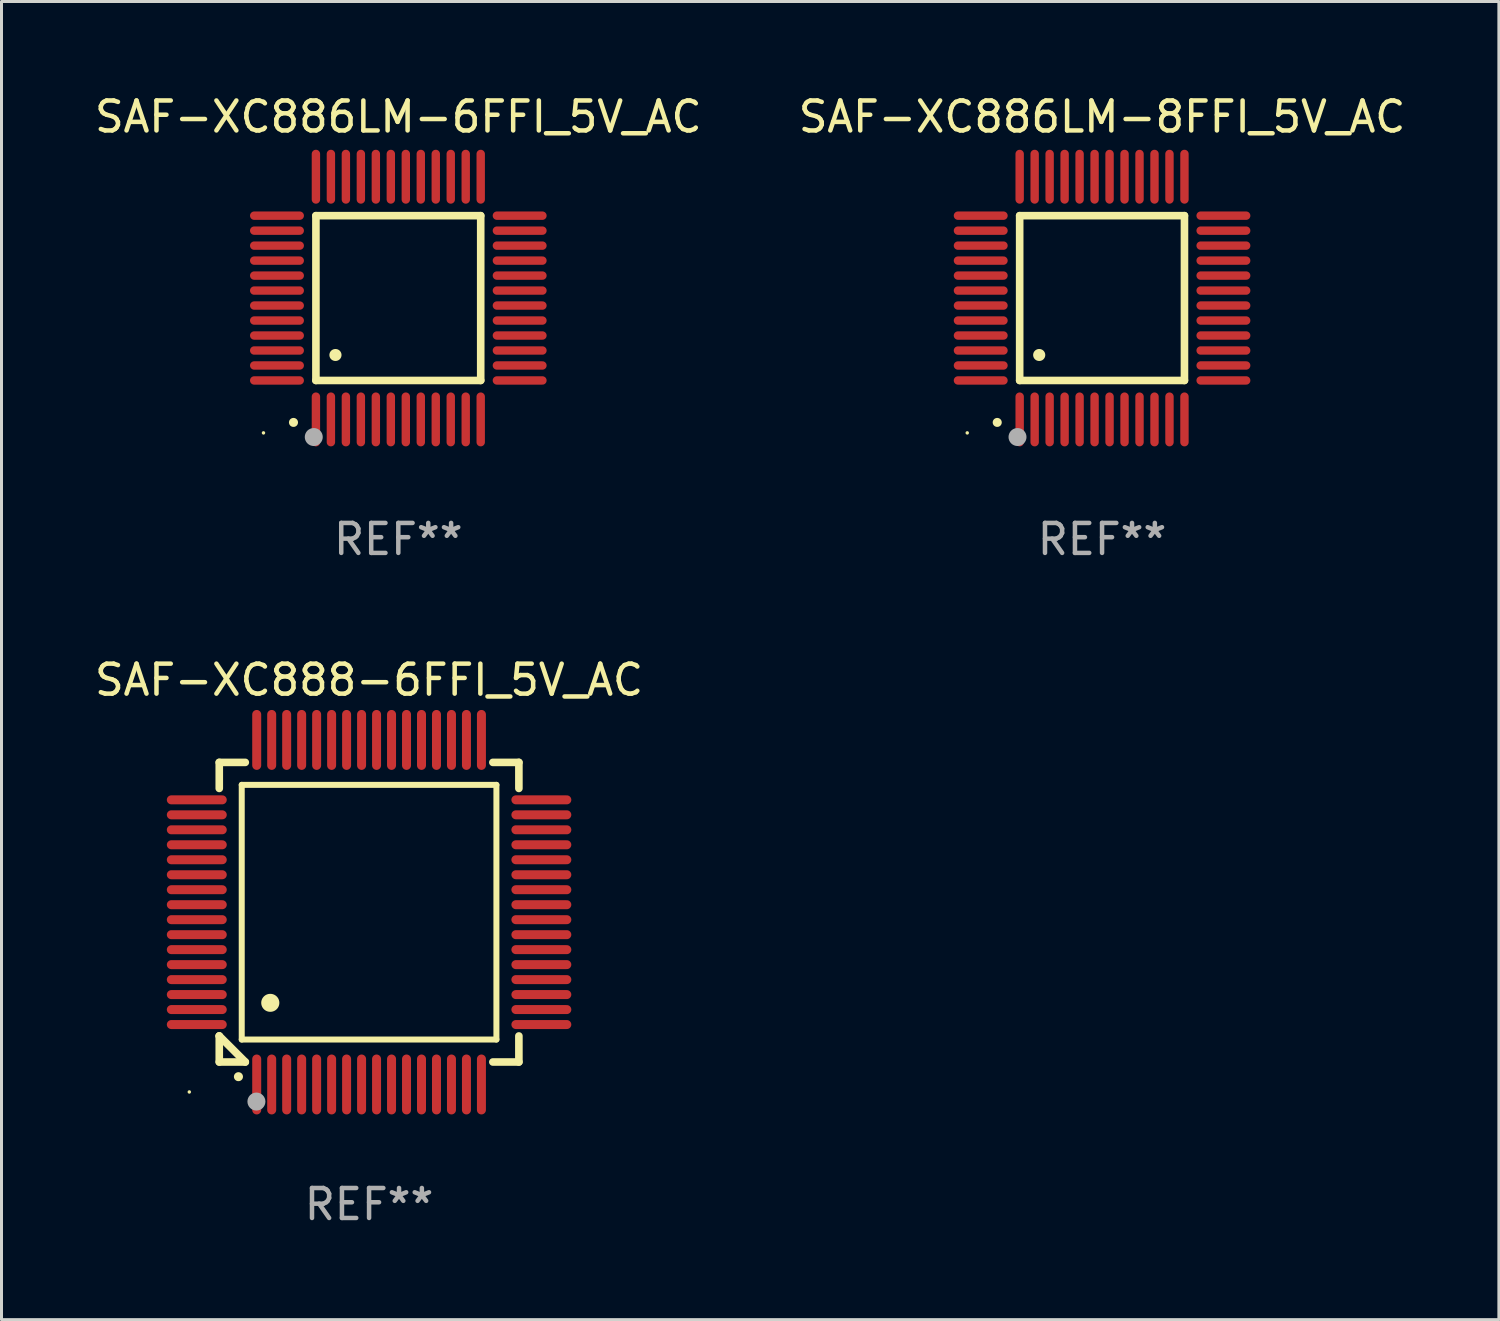
<source format=kicad_pcb>
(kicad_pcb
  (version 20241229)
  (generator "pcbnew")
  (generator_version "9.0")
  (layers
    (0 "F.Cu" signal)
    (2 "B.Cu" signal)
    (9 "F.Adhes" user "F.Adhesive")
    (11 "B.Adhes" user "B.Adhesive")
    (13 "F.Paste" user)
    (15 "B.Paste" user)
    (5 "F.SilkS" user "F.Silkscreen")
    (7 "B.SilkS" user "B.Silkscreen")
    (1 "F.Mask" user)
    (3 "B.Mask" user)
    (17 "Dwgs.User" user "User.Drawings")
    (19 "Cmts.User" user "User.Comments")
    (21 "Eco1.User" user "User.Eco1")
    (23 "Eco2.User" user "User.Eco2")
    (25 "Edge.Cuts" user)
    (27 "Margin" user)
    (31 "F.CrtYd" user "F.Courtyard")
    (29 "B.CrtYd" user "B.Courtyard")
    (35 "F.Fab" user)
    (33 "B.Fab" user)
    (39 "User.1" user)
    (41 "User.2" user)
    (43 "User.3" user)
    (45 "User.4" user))
  (footprint "SAF-XC886LM-6FFI_5V_AC"
    (layer "F.Cu")
    (at 10.244 6.898)
    (property "Reference" "SAF-XC886LM-6FFI_5V_AC" (at 0 -6.05 0) (layer "F.SilkS") (effects (font (size 1 1) (thickness 0.15))))
    (attr through_hole)
    (fp_line (start -2.75 -2.75) (end 2.75 -2.75) (stroke (width 0.254) (type solid)) (layer "F.SilkS"))
    (fp_line (start -2.75 2.75) (end -2.75 -2.75) (stroke (width 0.254) (type solid)) (layer "F.SilkS"))
    (fp_line (start 2.75 -2.75) (end 2.75 2.75) (stroke (width 0.254) (type solid)) (layer "F.SilkS"))
    (fp_line (start 2.75 2.75) (end -2.75 2.75) (stroke (width 0.254) (type solid)) (layer "F.SilkS"))
    (fp_arc (start -3.500127 4.150368) (mid -3.498857 4.150363) (end -3.497587 4.150368) (stroke (width 0.3) (type solid)) (layer "F.SilkS"))
    (fp_arc (start -2.100584 1.899924) (mid -2.098044 1.899908) (end -2.095504 1.899924) (stroke (width 0.4) (type solid)) (layer "F.SilkS"))
    (fp_circle (center -4.5 4.5) (end -4.47 4.5) (stroke (width 0.06) (type solid)) (fill no) (layer "F.SilkS"))
    (fp_circle (center -2.822 4.638) (end -2.672 4.638) (stroke (width 0.3) (type solid)) (fill no) (layer "F.Fab"))
    (fp_text user "REF**" (at 0 8.05 0) (layer "F.Fab") (effects (font (size 1 1) (thickness 0.15))))
    (pad "1" smd oval (at -2.75 4.05) (size 0.28 1.8) (layers "F.Cu" "F.Mask" "F.Paste"))
    (pad "2" smd oval (at -2.25 4.05) (size 0.28 1.8) (layers "F.Cu" "F.Mask" "F.Paste"))
    (pad "3" smd oval (at -1.75 4.05) (size 0.28 1.8) (layers "F.Cu" "F.Mask" "F.Paste"))
    (pad "4" smd oval (at -1.25 4.05) (size 0.28 1.8) (layers "F.Cu" "F.Mask" "F.Paste"))
    (pad "5" smd oval (at -0.75 4.05) (size 0.28 1.8) (layers "F.Cu" "F.Mask" "F.Paste"))
    (pad "6" smd oval (at -0.25 4.05) (size 0.28 1.8) (layers "F.Cu" "F.Mask" "F.Paste"))
    (pad "7" smd oval (at 0.25 4.05) (size 0.28 1.8) (layers "F.Cu" "F.Mask" "F.Paste"))
    (pad "8" smd oval (at 0.75 4.05) (size 0.28 1.8) (layers "F.Cu" "F.Mask" "F.Paste"))
    (pad "9" smd oval (at 1.25 4.05) (size 0.28 1.8) (layers "F.Cu" "F.Mask" "F.Paste"))
    (pad "10" smd oval (at 1.75 4.05) (size 0.28 1.8) (layers "F.Cu" "F.Mask" "F.Paste"))
    (pad "11" smd oval (at 2.25 4.05) (size 0.28 1.8) (layers "F.Cu" "F.Mask" "F.Paste"))
    (pad "12" smd oval (at 2.75 4.05) (size 0.28 1.8) (layers "F.Cu" "F.Mask" "F.Paste"))
    (pad "13" smd oval (at 4.05 2.75) (size 1.8 0.28) (layers "F.Cu" "F.Mask" "F.Paste"))
    (pad "14" smd oval (at 4.05 2.25) (size 1.8 0.28) (layers "F.Cu" "F.Mask" "F.Paste"))
    (pad "15" smd oval (at 4.05 1.75) (size 1.8 0.28) (layers "F.Cu" "F.Mask" "F.Paste"))
    (pad "16" smd oval (at 4.05 1.25) (size 1.8 0.28) (layers "F.Cu" "F.Mask" "F.Paste"))
    (pad "17" smd oval (at 4.05 0.75) (size 1.8 0.28) (layers "F.Cu" "F.Mask" "F.Paste"))
    (pad "18" smd oval (at 4.05 0.25) (size 1.8 0.28) (layers "F.Cu" "F.Mask" "F.Paste"))
    (pad "19" smd oval (at 4.05 -0.25) (size 1.8 0.28) (layers "F.Cu" "F.Mask" "F.Paste"))
    (pad "20" smd oval (at 4.05 -0.75) (size 1.8 0.28) (layers "F.Cu" "F.Mask" "F.Paste"))
    (pad "21" smd oval (at 4.05 -1.25) (size 1.8 0.28) (layers "F.Cu" "F.Mask" "F.Paste"))
    (pad "22" smd oval (at 4.05 -1.75) (size 1.8 0.28) (layers "F.Cu" "F.Mask" "F.Paste"))
    (pad "23" smd oval (at 4.05 -2.25) (size 1.8 0.28) (layers "F.Cu" "F.Mask" "F.Paste"))
    (pad "24" smd oval (at 4.05 -2.75) (size 1.8 0.28) (layers "F.Cu" "F.Mask" "F.Paste"))
    (pad "25" smd oval (at 2.75 -4.05) (size 0.28 1.8) (layers "F.Cu" "F.Mask" "F.Paste"))
    (pad "26" smd oval (at 2.25 -4.05) (size 0.28 1.8) (layers "F.Cu" "F.Mask" "F.Paste"))
    (pad "27" smd oval (at 1.75 -4.05) (size 0.28 1.8) (layers "F.Cu" "F.Mask" "F.Paste"))
    (pad "28" smd oval (at 1.25 -4.05) (size 0.28 1.8) (layers "F.Cu" "F.Mask" "F.Paste"))
    (pad "29" smd oval (at 0.75 -4.05) (size 0.28 1.8) (layers "F.Cu" "F.Mask" "F.Paste"))
    (pad "30" smd oval (at 0.25 -4.05) (size 0.28 1.8) (layers "F.Cu" "F.Mask" "F.Paste"))
    (pad "31" smd oval (at -0.25 -4.05) (size 0.28 1.8) (layers "F.Cu" "F.Mask" "F.Paste"))
    (pad "32" smd oval (at -0.75 -4.05) (size 0.28 1.8) (layers "F.Cu" "F.Mask" "F.Paste"))
    (pad "33" smd oval (at -1.25 -4.05) (size 0.28 1.8) (layers "F.Cu" "F.Mask" "F.Paste"))
    (pad "34" smd oval (at -1.75 -4.05) (size 0.28 1.8) (layers "F.Cu" "F.Mask" "F.Paste"))
    (pad "35" smd oval (at -2.25 -4.05) (size 0.28 1.8) (layers "F.Cu" "F.Mask" "F.Paste"))
    (pad "36" smd oval (at -2.75 -4.05) (size 0.28 1.8) (layers "F.Cu" "F.Mask" "F.Paste"))
    (pad "37" smd oval (at -4.05 -2.75) (size 1.8 0.28) (layers "F.Cu" "F.Mask" "F.Paste"))
    (pad "38" smd oval (at -4.05 -2.25) (size 1.8 0.28) (layers "F.Cu" "F.Mask" "F.Paste"))
    (pad "39" smd oval (at -4.05 -1.75) (size 1.8 0.28) (layers "F.Cu" "F.Mask" "F.Paste"))
    (pad "40" smd oval (at -4.05 -1.25) (size 1.8 0.28) (layers "F.Cu" "F.Mask" "F.Paste"))
    (pad "41" smd oval (at -4.05 -0.75) (size 1.8 0.28) (layers "F.Cu" "F.Mask" "F.Paste"))
    (pad "42" smd oval (at -4.05 -0.25) (size 1.8 0.28) (layers "F.Cu" "F.Mask" "F.Paste"))
    (pad "43" smd oval (at -4.05 0.25) (size 1.8 0.28) (layers "F.Cu" "F.Mask" "F.Paste"))
    (pad "44" smd oval (at -4.05 0.75) (size 1.8 0.28) (layers "F.Cu" "F.Mask" "F.Paste"))
    (pad "45" smd oval (at -4.05 1.25) (size 1.8 0.28) (layers "F.Cu" "F.Mask" "F.Paste"))
    (pad "46" smd oval (at -4.05 1.75) (size 1.8 0.28) (layers "F.Cu" "F.Mask" "F.Paste"))
    (pad "47" smd oval (at -4.05 2.25) (size 1.8 0.28) (layers "F.Cu" "F.Mask" "F.Paste"))
    (pad "48" smd oval (at -4.05 2.75) (size 1.8 0.28) (layers "F.Cu" "F.Mask" "F.Paste")))
  (footprint "SAF-XC888-6FFI_5V_AC"
    (layer "F.Cu")
    (at 9.268 27.395)
    (property "Reference" "SAF-XC888-6FFI_5V_AC" (at 0 -7.75 0) (layer "F.SilkS") (effects (font (size 1 1) (thickness 0.15))))
    (attr through_hole)
    (fp_line (start -5 -5) (end -4.131 -5) (stroke (width 0.254) (type solid)) (layer "F.SilkS"))
    (fp_line (start -5 -4.131) (end -5 -5) (stroke (width 0.254) (type solid)) (layer "F.SilkS"))
    (fp_line (start -5 4.131) (end -5 4.131) (stroke (width 0.254) (type solid)) (layer "F.SilkS"))
    (fp_line (start -5 5) (end -5 4.131) (stroke (width 0.254) (type solid)) (layer "F.SilkS"))
    (fp_line (start -5 4.131) (end -4.131 5) (stroke (width 0.254) (type solid)) (layer "F.SilkS"))
    (fp_line (start -4.25 -4.25) (end -4.25 4.25) (stroke (width 0.2) (type solid)) (layer "F.SilkS"))
    (fp_line (start -4.25 4.25) (end 4.25 4.25) (stroke (width 0.2) (type solid)) (layer "F.SilkS"))
    (fp_line (start -4.131 5) (end -5 5) (stroke (width 0.254) (type solid)) (layer "F.SilkS"))
    (fp_line (start 4.25 -4.25) (end -4.25 -4.25) (stroke (width 0.2) (type solid)) (layer "F.SilkS"))
    (fp_line (start 4.25 4.25) (end 4.25 -4.25) (stroke (width 0.2) (type solid)) (layer "F.SilkS"))
    (fp_line (start 5 -5) (end 4.131 -5) (stroke (width 0.254) (type solid)) (layer "F.SilkS"))
    (fp_line (start 5 -5) (end 5 -4.131) (stroke (width 0.254) (type solid)) (layer "F.SilkS"))
    (fp_line (start 5 4.131) (end 5 5) (stroke (width 0.254) (type solid)) (layer "F.SilkS"))
    (fp_line (start 5 5) (end 4.131 5) (stroke (width 0.254) (type solid)) (layer "F.SilkS"))
    (fp_arc (start -4.361265 5.489992) (mid -4.359995 5.489987) (end -4.358725 5.489992) (stroke (width 0.3) (type solid)) (layer "F.SilkS"))
    (fp_arc (start -3.299467 3.025146) (mid -3.296927 3.025135) (end -3.294387 3.025146) (stroke (width 0.6) (type solid)) (layer "F.SilkS"))
    (fp_circle (center -6 6) (end -5.97 6) (stroke (width 0.06) (type solid)) (fill no) (layer "F.SilkS"))
    (fp_circle (center -3.76 6.32) (end -3.61 6.32) (stroke (width 0.3) (type solid)) (fill no) (layer "F.Fab"))
    (fp_text user "REF**" (at 0 9.75 0) (layer "F.Fab") (effects (font (size 1 1) (thickness 0.15))))
    (pad "1" smd oval (at -3.75 5.75) (size 0.3 2) (layers "F.Cu" "F.Mask" "F.Paste"))
    (pad "2" smd oval (at -3.25 5.75) (size 0.3 2) (layers "F.Cu" "F.Mask" "F.Paste"))
    (pad "3" smd oval (at -2.75 5.75) (size 0.3 2) (layers "F.Cu" "F.Mask" "F.Paste"))
    (pad "4" smd oval (at -2.25 5.75) (size 0.3 2) (layers "F.Cu" "F.Mask" "F.Paste"))
    (pad "5" smd oval (at -1.75 5.75) (size 0.3 2) (layers "F.Cu" "F.Mask" "F.Paste"))
    (pad "6" smd oval (at -1.25 5.75) (size 0.3 2) (layers "F.Cu" "F.Mask" "F.Paste"))
    (pad "7" smd oval (at -0.75 5.75) (size 0.3 2) (layers "F.Cu" "F.Mask" "F.Paste"))
    (pad "8" smd oval (at -0.25 5.75) (size 0.3 2) (layers "F.Cu" "F.Mask" "F.Paste"))
    (pad "9" smd oval (at 0.25 5.75) (size 0.3 2) (layers "F.Cu" "F.Mask" "F.Paste"))
    (pad "10" smd oval (at 0.75 5.75) (size 0.3 2) (layers "F.Cu" "F.Mask" "F.Paste"))
    (pad "11" smd oval (at 1.25 5.75) (size 0.3 2) (layers "F.Cu" "F.Mask" "F.Paste"))
    (pad "12" smd oval (at 1.75 5.75) (size 0.3 2) (layers "F.Cu" "F.Mask" "F.Paste"))
    (pad "13" smd oval (at 2.25 5.75) (size 0.3 2) (layers "F.Cu" "F.Mask" "F.Paste"))
    (pad "14" smd oval (at 2.75 5.75) (size 0.3 2) (layers "F.Cu" "F.Mask" "F.Paste"))
    (pad "15" smd oval (at 3.25 5.75) (size 0.3 2) (layers "F.Cu" "F.Mask" "F.Paste"))
    (pad "16" smd oval (at 3.75 5.75) (size 0.3 2) (layers "F.Cu" "F.Mask" "F.Paste"))
    (pad "17" smd oval (at 5.75 3.75) (size 2 0.3) (layers "F.Cu" "F.Mask" "F.Paste"))
    (pad "18" smd oval (at 5.75 3.25) (size 2 0.3) (layers "F.Cu" "F.Mask" "F.Paste"))
    (pad "19" smd oval (at 5.75 2.75) (size 2 0.3) (layers "F.Cu" "F.Mask" "F.Paste"))
    (pad "20" smd oval (at 5.75 2.25) (size 2 0.3) (layers "F.Cu" "F.Mask" "F.Paste"))
    (pad "21" smd oval (at 5.75 1.75) (size 2 0.3) (layers "F.Cu" "F.Mask" "F.Paste"))
    (pad "22" smd oval (at 5.75 1.25) (size 2 0.3) (layers "F.Cu" "F.Mask" "F.Paste"))
    (pad "23" smd oval (at 5.75 0.75) (size 2 0.3) (layers "F.Cu" "F.Mask" "F.Paste"))
    (pad "24" smd oval (at 5.75 0.25) (size 2 0.3) (layers "F.Cu" "F.Mask" "F.Paste"))
    (pad "25" smd oval (at 5.75 -0.25) (size 2 0.3) (layers "F.Cu" "F.Mask" "F.Paste"))
    (pad "26" smd oval (at 5.75 -0.75) (size 2 0.3) (layers "F.Cu" "F.Mask" "F.Paste"))
    (pad "27" smd oval (at 5.75 -1.25) (size 2 0.3) (layers "F.Cu" "F.Mask" "F.Paste"))
    (pad "28" smd oval (at 5.75 -1.75) (size 2 0.3) (layers "F.Cu" "F.Mask" "F.Paste"))
    (pad "29" smd oval (at 5.75 -2.25) (size 2 0.3) (layers "F.Cu" "F.Mask" "F.Paste"))
    (pad "30" smd oval (at 5.75 -2.75) (size 2 0.3) (layers "F.Cu" "F.Mask" "F.Paste"))
    (pad "31" smd oval (at 5.75 -3.25) (size 2 0.3) (layers "F.Cu" "F.Mask" "F.Paste"))
    (pad "32" smd oval (at 5.75 -3.75) (size 2 0.3) (layers "F.Cu" "F.Mask" "F.Paste"))
    (pad "33" smd oval (at 3.75 -5.75) (size 0.3 2) (layers "F.Cu" "F.Mask" "F.Paste"))
    (pad "34" smd oval (at 3.25 -5.75) (size 0.3 2) (layers "F.Cu" "F.Mask" "F.Paste"))
    (pad "35" smd oval (at 2.75 -5.75) (size 0.3 2) (layers "F.Cu" "F.Mask" "F.Paste"))
    (pad "36" smd oval (at 2.25 -5.75) (size 0.3 2) (layers "F.Cu" "F.Mask" "F.Paste"))
    (pad "37" smd oval (at 1.75 -5.75) (size 0.3 2) (layers "F.Cu" "F.Mask" "F.Paste"))
    (pad "38" smd oval (at 1.25 -5.75) (size 0.3 2) (layers "F.Cu" "F.Mask" "F.Paste"))
    (pad "39" smd oval (at 0.75 -5.75) (size 0.3 2) (layers "F.Cu" "F.Mask" "F.Paste"))
    (pad "40" smd oval (at 0.25 -5.75) (size 0.3 2) (layers "F.Cu" "F.Mask" "F.Paste"))
    (pad "41" smd oval (at -0.25 -5.75) (size 0.3 2) (layers "F.Cu" "F.Mask" "F.Paste"))
    (pad "42" smd oval (at -0.75 -5.75) (size 0.3 2) (layers "F.Cu" "F.Mask" "F.Paste"))
    (pad "43" smd oval (at -1.25 -5.75) (size 0.3 2) (layers "F.Cu" "F.Mask" "F.Paste"))
    (pad "44" smd oval (at -1.75 -5.75) (size 0.3 2) (layers "F.Cu" "F.Mask" "F.Paste"))
    (pad "45" smd oval (at -2.25 -5.75) (size 0.3 2) (layers "F.Cu" "F.Mask" "F.Paste"))
    (pad "46" smd oval (at -2.75 -5.75) (size 0.3 2) (layers "F.Cu" "F.Mask" "F.Paste"))
    (pad "47" smd oval (at -3.25 -5.75) (size 0.3 2) (layers "F.Cu" "F.Mask" "F.Paste"))
    (pad "48" smd oval (at -3.75 -5.75) (size 0.3 2) (layers "F.Cu" "F.Mask" "F.Paste"))
    (pad "49" smd oval (at -5.75 -3.75) (size 2 0.3) (layers "F.Cu" "F.Mask" "F.Paste"))
    (pad "50" smd oval (at -5.75 -3.25) (size 2 0.3) (layers "F.Cu" "F.Mask" "F.Paste"))
    (pad "51" smd oval (at -5.75 -2.75) (size 2 0.3) (layers "F.Cu" "F.Mask" "F.Paste"))
    (pad "52" smd oval (at -5.75 -2.25) (size 2 0.3) (layers "F.Cu" "F.Mask" "F.Paste"))
    (pad "53" smd oval (at -5.75 -1.75) (size 2 0.3) (layers "F.Cu" "F.Mask" "F.Paste"))
    (pad "54" smd oval (at -5.75 -1.25) (size 2 0.3) (layers "F.Cu" "F.Mask" "F.Paste"))
    (pad "55" smd oval (at -5.75 -0.75) (size 2 0.3) (layers "F.Cu" "F.Mask" "F.Paste"))
    (pad "56" smd oval (at -5.75 -0.25) (size 2 0.3) (layers "F.Cu" "F.Mask" "F.Paste"))
    (pad "57" smd oval (at -5.75 0.25) (size 2 0.3) (layers "F.Cu" "F.Mask" "F.Paste"))
    (pad "58" smd oval (at -5.75 0.75) (size 2 0.3) (layers "F.Cu" "F.Mask" "F.Paste"))
    (pad "59" smd oval (at -5.75 1.25) (size 2 0.3) (layers "F.Cu" "F.Mask" "F.Paste"))
    (pad "60" smd oval (at -5.75 1.75) (size 2 0.3) (layers "F.Cu" "F.Mask" "F.Paste"))
    (pad "61" smd oval (at -5.75 2.25) (size 2 0.3) (layers "F.Cu" "F.Mask" "F.Paste"))
    (pad "62" smd oval (at -5.75 2.75) (size 2 0.3) (layers "F.Cu" "F.Mask" "F.Paste"))
    (pad "63" smd oval (at -5.75 3.25) (size 2 0.3) (layers "F.Cu" "F.Mask" "F.Paste"))
    (pad "64" smd oval (at -5.75 3.75) (size 2 0.3) (layers "F.Cu" "F.Mask" "F.Paste")))
  (footprint "SAF-XC886LM-8FFI_5V_AC"
    (layer "F.Cu")
    (at 33.732 6.898)
    (property "Reference" "SAF-XC886LM-8FFI_5V_AC" (at 0 -6.05 0) (layer "F.SilkS") (effects (font (size 1 1) (thickness 0.15))))
    (attr through_hole)
    (fp_line (start -2.75 -2.75) (end 2.75 -2.75) (stroke (width 0.254) (type solid)) (layer "F.SilkS"))
    (fp_line (start -2.75 2.75) (end -2.75 -2.75) (stroke (width 0.254) (type solid)) (layer "F.SilkS"))
    (fp_line (start 2.75 -2.75) (end 2.75 2.75) (stroke (width 0.254) (type solid)) (layer "F.SilkS"))
    (fp_line (start 2.75 2.75) (end -2.75 2.75) (stroke (width 0.254) (type solid)) (layer "F.SilkS"))
    (fp_arc (start -3.500127 4.150368) (mid -3.498857 4.150363) (end -3.497587 4.150368) (stroke (width 0.3) (type solid)) (layer "F.SilkS"))
    (fp_arc (start -2.100584 1.899924) (mid -2.098044 1.899908) (end -2.095504 1.899924) (stroke (width 0.4) (type solid)) (layer "F.SilkS"))
    (fp_circle (center -4.5 4.5) (end -4.47 4.5) (stroke (width 0.06) (type solid)) (fill no) (layer "F.SilkS"))
    (fp_circle (center -2.822 4.638) (end -2.672 4.638) (stroke (width 0.3) (type solid)) (fill no) (layer "F.Fab"))
    (fp_text user "REF**" (at 0 8.05 0) (layer "F.Fab") (effects (font (size 1 1) (thickness 0.15))))
    (pad "1" smd oval (at -2.75 4.05) (size 0.28 1.8) (layers "F.Cu" "F.Mask" "F.Paste"))
    (pad "2" smd oval (at -2.25 4.05) (size 0.28 1.8) (layers "F.Cu" "F.Mask" "F.Paste"))
    (pad "3" smd oval (at -1.75 4.05) (size 0.28 1.8) (layers "F.Cu" "F.Mask" "F.Paste"))
    (pad "4" smd oval (at -1.25 4.05) (size 0.28 1.8) (layers "F.Cu" "F.Mask" "F.Paste"))
    (pad "5" smd oval (at -0.75 4.05) (size 0.28 1.8) (layers "F.Cu" "F.Mask" "F.Paste"))
    (pad "6" smd oval (at -0.25 4.05) (size 0.28 1.8) (layers "F.Cu" "F.Mask" "F.Paste"))
    (pad "7" smd oval (at 0.25 4.05) (size 0.28 1.8) (layers "F.Cu" "F.Mask" "F.Paste"))
    (pad "8" smd oval (at 0.75 4.05) (size 0.28 1.8) (layers "F.Cu" "F.Mask" "F.Paste"))
    (pad "9" smd oval (at 1.25 4.05) (size 0.28 1.8) (layers "F.Cu" "F.Mask" "F.Paste"))
    (pad "10" smd oval (at 1.75 4.05) (size 0.28 1.8) (layers "F.Cu" "F.Mask" "F.Paste"))
    (pad "11" smd oval (at 2.25 4.05) (size 0.28 1.8) (layers "F.Cu" "F.Mask" "F.Paste"))
    (pad "12" smd oval (at 2.75 4.05) (size 0.28 1.8) (layers "F.Cu" "F.Mask" "F.Paste"))
    (pad "13" smd oval (at 4.05 2.75) (size 1.8 0.28) (layers "F.Cu" "F.Mask" "F.Paste"))
    (pad "14" smd oval (at 4.05 2.25) (size 1.8 0.28) (layers "F.Cu" "F.Mask" "F.Paste"))
    (pad "15" smd oval (at 4.05 1.75) (size 1.8 0.28) (layers "F.Cu" "F.Mask" "F.Paste"))
    (pad "16" smd oval (at 4.05 1.25) (size 1.8 0.28) (layers "F.Cu" "F.Mask" "F.Paste"))
    (pad "17" smd oval (at 4.05 0.75) (size 1.8 0.28) (layers "F.Cu" "F.Mask" "F.Paste"))
    (pad "18" smd oval (at 4.05 0.25) (size 1.8 0.28) (layers "F.Cu" "F.Mask" "F.Paste"))
    (pad "19" smd oval (at 4.05 -0.25) (size 1.8 0.28) (layers "F.Cu" "F.Mask" "F.Paste"))
    (pad "20" smd oval (at 4.05 -0.75) (size 1.8 0.28) (layers "F.Cu" "F.Mask" "F.Paste"))
    (pad "21" smd oval (at 4.05 -1.25) (size 1.8 0.28) (layers "F.Cu" "F.Mask" "F.Paste"))
    (pad "22" smd oval (at 4.05 -1.75) (size 1.8 0.28) (layers "F.Cu" "F.Mask" "F.Paste"))
    (pad "23" smd oval (at 4.05 -2.25) (size 1.8 0.28) (layers "F.Cu" "F.Mask" "F.Paste"))
    (pad "24" smd oval (at 4.05 -2.75) (size 1.8 0.28) (layers "F.Cu" "F.Mask" "F.Paste"))
    (pad "25" smd oval (at 2.75 -4.05) (size 0.28 1.8) (layers "F.Cu" "F.Mask" "F.Paste"))
    (pad "26" smd oval (at 2.25 -4.05) (size 0.28 1.8) (layers "F.Cu" "F.Mask" "F.Paste"))
    (pad "27" smd oval (at 1.75 -4.05) (size 0.28 1.8) (layers "F.Cu" "F.Mask" "F.Paste"))
    (pad "28" smd oval (at 1.25 -4.05) (size 0.28 1.8) (layers "F.Cu" "F.Mask" "F.Paste"))
    (pad "29" smd oval (at 0.75 -4.05) (size 0.28 1.8) (layers "F.Cu" "F.Mask" "F.Paste"))
    (pad "30" smd oval (at 0.25 -4.05) (size 0.28 1.8) (layers "F.Cu" "F.Mask" "F.Paste"))
    (pad "31" smd oval (at -0.25 -4.05) (size 0.28 1.8) (layers "F.Cu" "F.Mask" "F.Paste"))
    (pad "32" smd oval (at -0.75 -4.05) (size 0.28 1.8) (layers "F.Cu" "F.Mask" "F.Paste"))
    (pad "33" smd oval (at -1.25 -4.05) (size 0.28 1.8) (layers "F.Cu" "F.Mask" "F.Paste"))
    (pad "34" smd oval (at -1.75 -4.05) (size 0.28 1.8) (layers "F.Cu" "F.Mask" "F.Paste"))
    (pad "35" smd oval (at -2.25 -4.05) (size 0.28 1.8) (layers "F.Cu" "F.Mask" "F.Paste"))
    (pad "36" smd oval (at -2.75 -4.05) (size 0.28 1.8) (layers "F.Cu" "F.Mask" "F.Paste"))
    (pad "37" smd oval (at -4.05 -2.75) (size 1.8 0.28) (layers "F.Cu" "F.Mask" "F.Paste"))
    (pad "38" smd oval (at -4.05 -2.25) (size 1.8 0.28) (layers "F.Cu" "F.Mask" "F.Paste"))
    (pad "39" smd oval (at -4.05 -1.75) (size 1.8 0.28) (layers "F.Cu" "F.Mask" "F.Paste"))
    (pad "40" smd oval (at -4.05 -1.25) (size 1.8 0.28) (layers "F.Cu" "F.Mask" "F.Paste"))
    (pad "41" smd oval (at -4.05 -0.75) (size 1.8 0.28) (layers "F.Cu" "F.Mask" "F.Paste"))
    (pad "42" smd oval (at -4.05 -0.25) (size 1.8 0.28) (layers "F.Cu" "F.Mask" "F.Paste"))
    (pad "43" smd oval (at -4.05 0.25) (size 1.8 0.28) (layers "F.Cu" "F.Mask" "F.Paste"))
    (pad "44" smd oval (at -4.05 0.75) (size 1.8 0.28) (layers "F.Cu" "F.Mask" "F.Paste"))
    (pad "45" smd oval (at -4.05 1.25) (size 1.8 0.28) (layers "F.Cu" "F.Mask" "F.Paste"))
    (pad "46" smd oval (at -4.05 1.75) (size 1.8 0.28) (layers "F.Cu" "F.Mask" "F.Paste"))
    (pad "47" smd oval (at -4.05 2.25) (size 1.8 0.28) (layers "F.Cu" "F.Mask" "F.Paste"))
    (pad "48" smd oval (at -4.05 2.75) (size 1.8 0.28) (layers "F.Cu" "F.Mask" "F.Paste")))
  (gr_rect
    (start -3 -3)
    (end 46.976 40.993)
    (stroke (width 0.1) (type default))
    (fill no)
    (layer "Edge.Cuts")))
</source>
